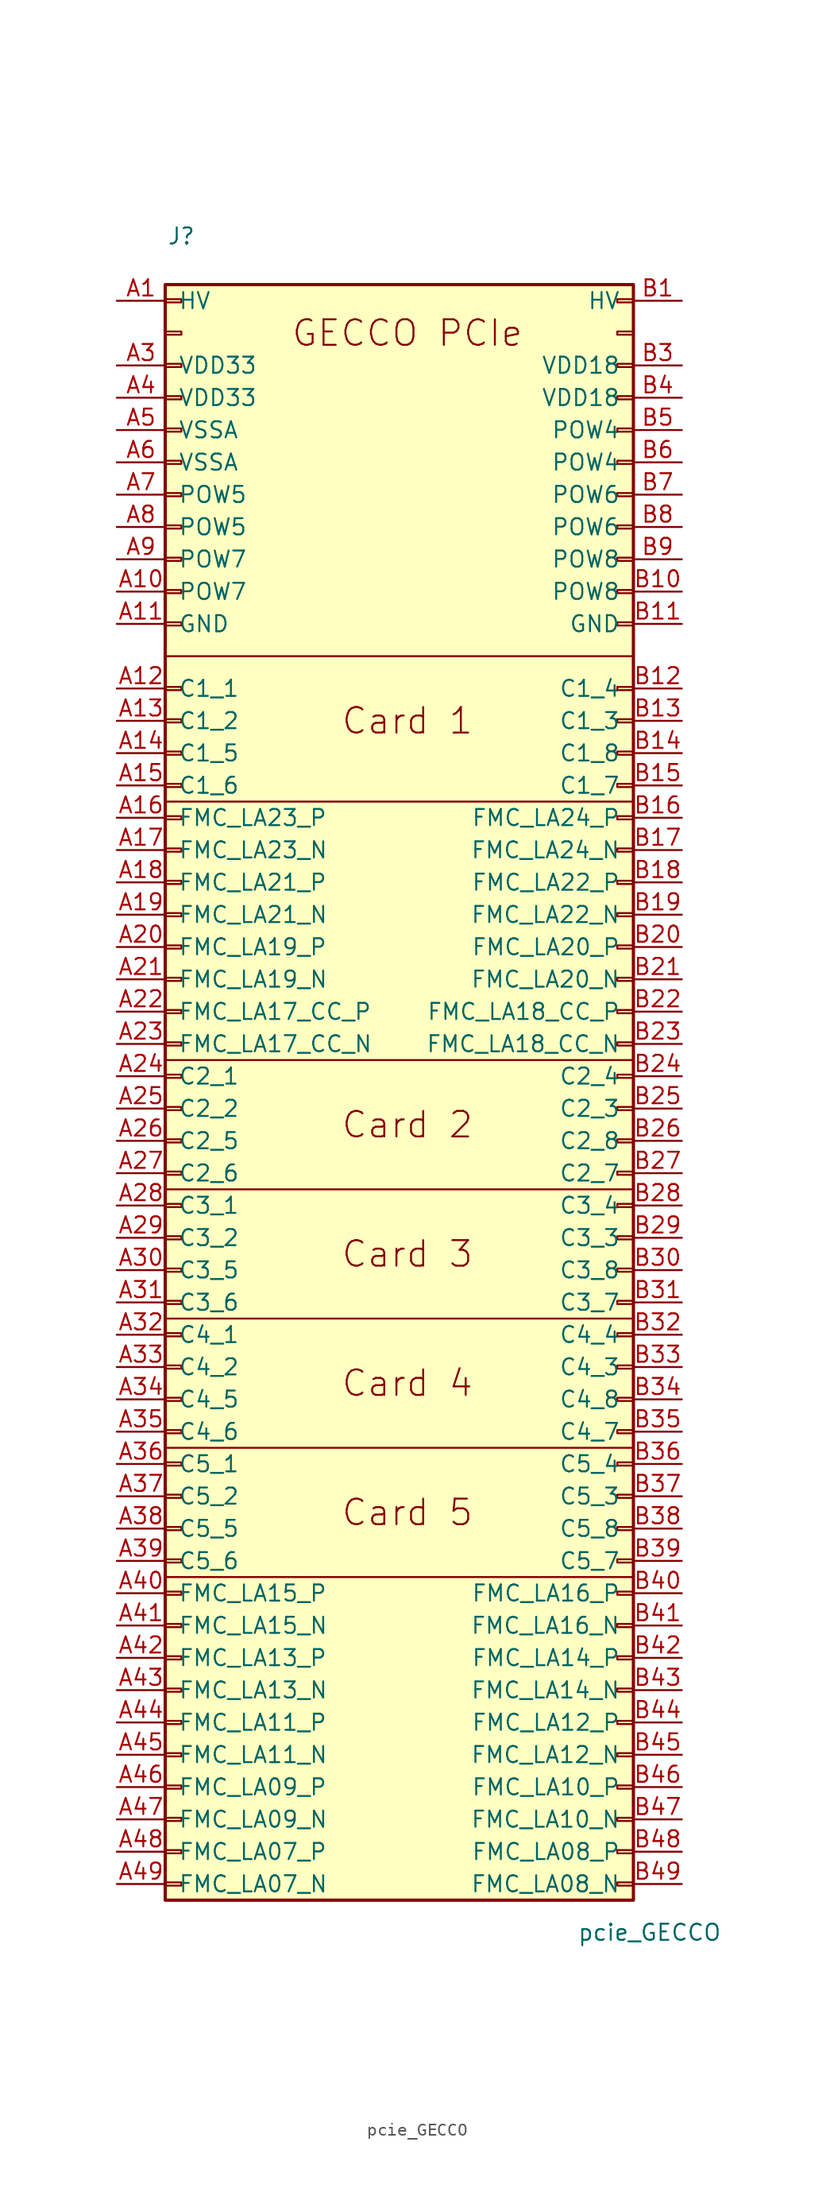
<source format=kicad_sym>
(kicad_symbol_lib
  (version 20220914)
  (generator kicad_symbol_editor)
  (symbol "pcie_GECCO"
    (pin_names
      (offset 1.016))
    (property "Reference" "J"
      (at -17.78 62.23 0)
      (effects (font (size 1.27 1.27))))
    (property "Value" "pcie_GECCO"
      (at 19.05 -71.12 0)
      (effects (font (size 1.27 1.27))))
    (symbol "pcie_GECCO_0_0"
      (text "Card 1" (at 0 24.13 0) (effects (font (size 2.007 2.007)))))
    (symbol "pcie_GECCO_0_1"
      (polyline (pts (xy -19.05 -43.18) (xy 17.78 -43.18)) (stroke (width 0) (type default)) (fill (type none)))
      (polyline (pts (xy -19.05 -33.02) (xy 17.78 -33.02)) (stroke (width 0) (type default)) (fill (type none)))
      (polyline (pts (xy -19.05 -22.86) (xy 17.78 -22.86)) (stroke (width 0) (type default)) (fill (type none)))
      (polyline (pts (xy -19.05 -12.7) (xy 17.78 -12.7)) (stroke (width 0) (type default)) (fill (type none)))
      (polyline (pts (xy -19.05 -2.54) (xy 17.78 -2.54)) (stroke (width 0) (type default)) (fill (type none)))
      (polyline (pts (xy -19.05 17.78) (xy 17.78 17.78)) (stroke (width 0) (type default)) (fill (type none)))
      (polyline (pts (xy -19.05 29.21) (xy 17.78 29.21)) (stroke (width 0) (type default)) (fill (type none))))
    (symbol "pcie_GECCO_1_1"
      (rectangle (start -19.05 -67.183) (end -17.78 -67.437) (stroke (width 0.152) (type default)) (fill (type none)))
      (rectangle (start -19.05 -64.643) (end -17.78 -64.897) (stroke (width 0.152) (type default)) (fill (type none)))
      (rectangle (start -19.05 -62.103) (end -17.78 -62.357) (stroke (width 0.152) (type default)) (fill (type none)))
      (rectangle (start -19.05 -59.563) (end -17.78 -59.817) (stroke (width 0.152) (type default)) (fill (type none)))
      (rectangle (start -19.05 -57.023) (end -17.78 -57.277) (stroke (width 0.152) (type default)) (fill (type none)))
      (rectangle (start -19.05 -54.483) (end -17.78 -54.737) (stroke (width 0.152) (type default)) (fill (type none)))
      (rectangle (start -19.05 -51.943) (end -17.78 -52.197) (stroke (width 0.152) (type default)) (fill (type none)))
      (rectangle (start -19.05 -49.403) (end -17.78 -49.657) (stroke (width 0.152) (type default)) (fill (type none)))
      (rectangle (start -19.05 -46.863) (end -17.78 -47.117) (stroke (width 0.152) (type default)) (fill (type none)))
      (rectangle (start -19.05 -44.323) (end -17.78 -44.577) (stroke (width 0.152) (type default)) (fill (type none)))
      (rectangle (start -19.05 -41.783) (end -17.78 -42.037) (stroke (width 0.152) (type default)) (fill (type none)))
      (rectangle (start -19.05 -39.243) (end -17.78 -39.497) (stroke (width 0.152) (type default)) (fill (type none)))
      (rectangle (start -19.05 -36.703) (end -17.78 -36.957) (stroke (width 0.152) (type default)) (fill (type none)))
      (rectangle (start -19.05 -34.163) (end -17.78 -34.417) (stroke (width 0.152) (type default)) (fill (type none)))
      (rectangle (start -19.05 -31.623) (end -17.78 -31.877) (stroke (width 0.152) (type default)) (fill (type none)))
      (rectangle (start -19.05 -29.083) (end -17.78 -29.337) (stroke (width 0.152) (type default)) (fill (type none)))
      (rectangle (start -19.05 -26.543) (end -17.78 -26.797) (stroke (width 0.152) (type default)) (fill (type none)))
      (rectangle (start -19.05 -24.003) (end -17.78 -24.257) (stroke (width 0.152) (type default)) (fill (type none)))
      (rectangle (start -19.05 -21.463) (end -17.78 -21.717) (stroke (width 0.152) (type default)) (fill (type none)))
      (rectangle (start -19.05 -18.923) (end -17.78 -19.177) (stroke (width 0.152) (type default)) (fill (type none)))
      (rectangle (start -19.05 -16.383) (end -17.78 -16.637) (stroke (width 0.152) (type default)) (fill (type none)))
      (rectangle (start -19.05 -13.843) (end -17.78 -14.097) (stroke (width 0.152) (type default)) (fill (type none)))
      (rectangle (start -19.05 -11.303) (end -17.78 -11.557) (stroke (width 0.152) (type default)) (fill (type none)))
      (rectangle (start -19.05 -8.763) (end -17.78 -9.017) (stroke (width 0.152) (type default)) (fill (type none)))
      (rectangle (start -19.05 -6.223) (end -17.78 -6.477) (stroke (width 0.152) (type default)) (fill (type none)))
      (rectangle (start -19.05 -3.683) (end -17.78 -3.937) (stroke (width 0.152) (type default)) (fill (type none)))
      (rectangle (start -19.05 -1.143) (end -17.78 -1.397) (stroke (width 0.152) (type default)) (fill (type none)))
      (rectangle (start -19.05 1.397) (end -17.78 1.143) (stroke (width 0.152) (type default)) (fill (type none)))
      (rectangle (start -19.05 3.937) (end -17.78 3.683) (stroke (width 0.152) (type default)) (fill (type none)))
      (rectangle (start -19.05 6.477) (end -17.78 6.223) (stroke (width 0.152) (type default)) (fill (type none)))
      (rectangle (start -19.05 9.017) (end -17.78 8.763) (stroke (width 0.152) (type default)) (fill (type none)))
      (rectangle (start -19.05 11.557) (end -17.78 11.303) (stroke (width 0.152) (type default)) (fill (type none)))
      (rectangle (start -19.05 14.097) (end -17.78 13.843) (stroke (width 0.152) (type default)) (fill (type none)))
      (rectangle (start -19.05 16.637) (end -17.78 16.383) (stroke (width 0.152) (type default)) (fill (type none)))
      (rectangle (start -19.05 19.177) (end -17.78 18.923) (stroke (width 0.152) (type default)) (fill (type none)))
      (rectangle (start -19.05 21.717) (end -17.78 21.463) (stroke (width 0.152) (type default)) (fill (type none)))
      (rectangle (start -19.05 24.257) (end -17.78 24.003) (stroke (width 0.152) (type default)) (fill (type none)))
      (rectangle (start -19.05 26.797) (end -17.78 26.543) (stroke (width 0.152) (type default)) (fill (type none)))
      (rectangle (start -19.05 31.877) (end -17.78 31.623) (stroke (width 0.152) (type default)) (fill (type none)))
      (rectangle (start -19.05 34.417) (end -17.78 34.163) (stroke (width 0.152) (type default)) (fill (type none)))
      (rectangle (start -19.05 36.957) (end -17.78 36.703) (stroke (width 0.152) (type default)) (fill (type none)))
      (rectangle (start -19.05 39.497) (end -17.78 39.243) (stroke (width 0.152) (type default)) (fill (type none)))
      (rectangle (start -19.05 42.037) (end -17.78 41.783) (stroke (width 0.152) (type default)) (fill (type none)))
      (rectangle (start -19.05 44.577) (end -17.78 44.323) (stroke (width 0.152) (type default)) (fill (type none)))
      (rectangle (start -19.05 47.117) (end -17.78 46.863) (stroke (width 0.152) (type default)) (fill (type none)))
      (rectangle (start -19.05 49.657) (end -17.78 49.403) (stroke (width 0.152) (type default)) (fill (type none)))
      (rectangle (start -19.05 52.197) (end -17.78 51.943) (stroke (width 0.152) (type default)) (fill (type none)))
      (rectangle (start -19.05 54.737) (end -17.78 54.483) (stroke (width 0.152) (type default)) (fill (type none)))
      (rectangle (start -19.05 57.277) (end -17.78 57.023) (stroke (width 0.152) (type default)) (fill (type none)))
      (rectangle (start -19.05 58.42) (end 17.78 -68.58) (stroke (width 0.254) (type default)) (fill (type background)))
      (rectangle (start 17.78 -67.183) (end 16.51 -67.437) (stroke (width 0.152) (type default)) (fill (type none)))
      (rectangle (start 17.78 -64.643) (end 16.51 -64.897) (stroke (width 0.152) (type default)) (fill (type none)))
      (rectangle (start 17.78 -62.103) (end 16.51 -62.357) (stroke (width 0.152) (type default)) (fill (type none)))
      (rectangle (start 17.78 -59.563) (end 16.51 -59.817) (stroke (width 0.152) (type default)) (fill (type none)))
      (rectangle (start 17.78 -57.023) (end 16.51 -57.277) (stroke (width 0.152) (type default)) (fill (type none)))
      (rectangle (start 17.78 -54.483) (end 16.51 -54.737) (stroke (width 0.152) (type default)) (fill (type none)))
      (rectangle (start 17.78 -51.943) (end 16.51 -52.197) (stroke (width 0.152) (type default)) (fill (type none)))
      (rectangle (start 17.78 -49.403) (end 16.51 -49.657) (stroke (width 0.152) (type default)) (fill (type none)))
      (rectangle (start 17.78 -46.863) (end 16.51 -47.117) (stroke (width 0.152) (type default)) (fill (type none)))
      (rectangle (start 17.78 -44.323) (end 16.51 -44.577) (stroke (width 0.152) (type default)) (fill (type none)))
      (rectangle (start 17.78 -41.783) (end 16.51 -42.037) (stroke (width 0.152) (type default)) (fill (type none)))
      (rectangle (start 17.78 -39.243) (end 16.51 -39.497) (stroke (width 0.152) (type default)) (fill (type none)))
      (rectangle (start 17.78 -36.703) (end 16.51 -36.957) (stroke (width 0.152) (type default)) (fill (type none)))
      (rectangle (start 17.78 -34.163) (end 16.51 -34.417) (stroke (width 0.152) (type default)) (fill (type none)))
      (rectangle (start 17.78 -31.623) (end 16.51 -31.877) (stroke (width 0.152) (type default)) (fill (type none)))
      (rectangle (start 17.78 -29.083) (end 16.51 -29.337) (stroke (width 0.152) (type default)) (fill (type none)))
      (rectangle (start 17.78 -26.543) (end 16.51 -26.797) (stroke (width 0.152) (type default)) (fill (type none)))
      (rectangle (start 17.78 -24.003) (end 16.51 -24.257) (stroke (width 0.152) (type default)) (fill (type none)))
      (rectangle (start 17.78 -21.463) (end 16.51 -21.717) (stroke (width 0.152) (type default)) (fill (type none)))
      (rectangle (start 17.78 -18.923) (end 16.51 -19.177) (stroke (width 0.152) (type default)) (fill (type none)))
      (rectangle (start 17.78 -16.383) (end 16.51 -16.637) (stroke (width 0.152) (type default)) (fill (type none)))
      (rectangle (start 17.78 -13.843) (end 16.51 -14.097) (stroke (width 0.152) (type default)) (fill (type none)))
      (rectangle (start 17.78 -11.303) (end 16.51 -11.557) (stroke (width 0.152) (type default)) (fill (type none)))
      (rectangle (start 17.78 -8.763) (end 16.51 -9.017) (stroke (width 0.152) (type default)) (fill (type none)))
      (rectangle (start 17.78 -6.223) (end 16.51 -6.477) (stroke (width 0.152) (type default)) (fill (type none)))
      (rectangle (start 17.78 -3.683) (end 16.51 -3.937) (stroke (width 0.152) (type default)) (fill (type none)))
      (rectangle (start 17.78 -1.143) (end 16.51 -1.397) (stroke (width 0.152) (type default)) (fill (type none)))
      (rectangle (start 17.78 1.397) (end 16.51 1.143) (stroke (width 0.152) (type default)) (fill (type none)))
      (rectangle (start 17.78 3.937) (end 16.51 3.683) (stroke (width 0.152) (type default)) (fill (type none)))
      (rectangle (start 17.78 6.477) (end 16.51 6.223) (stroke (width 0.152) (type default)) (fill (type none)))
      (rectangle (start 17.78 9.017) (end 16.51 8.763) (stroke (width 0.152) (type default)) (fill (type none)))
      (rectangle (start 17.78 11.557) (end 16.51 11.303) (stroke (width 0.152) (type default)) (fill (type none)))
      (rectangle (start 17.78 14.097) (end 16.51 13.843) (stroke (width 0.152) (type default)) (fill (type none)))
      (rectangle (start 17.78 16.637) (end 16.51 16.383) (stroke (width 0.152) (type default)) (fill (type none)))
      (rectangle (start 17.78 19.177) (end 16.51 18.923) (stroke (width 0.152) (type default)) (fill (type none)))
      (rectangle (start 17.78 21.717) (end 16.51 21.463) (stroke (width 0.152) (type default)) (fill (type none)))
      (rectangle (start 17.78 24.257) (end 16.51 24.003) (stroke (width 0.152) (type default)) (fill (type none)))
      (rectangle (start 17.78 26.797) (end 16.51 26.543) (stroke (width 0.152) (type default)) (fill (type none)))
      (rectangle (start 17.78 31.877) (end 16.51 31.623) (stroke (width 0.152) (type default)) (fill (type none)))
      (rectangle (start 17.78 34.417) (end 16.51 34.163) (stroke (width 0.152) (type default)) (fill (type none)))
      (rectangle (start 17.78 36.957) (end 16.51 36.703) (stroke (width 0.152) (type default)) (fill (type none)))
      (rectangle (start 17.78 39.497) (end 16.51 39.243) (stroke (width 0.152) (type default)) (fill (type none)))
      (rectangle (start 17.78 42.037) (end 16.51 41.783) (stroke (width 0.152) (type default)) (fill (type none)))
      (rectangle (start 17.78 44.577) (end 16.51 44.323) (stroke (width 0.152) (type default)) (fill (type none)))
      (rectangle (start 17.78 47.117) (end 16.51 46.863) (stroke (width 0.152) (type default)) (fill (type none)))
      (rectangle (start 17.78 49.657) (end 16.51 49.403) (stroke (width 0.152) (type default)) (fill (type none)))
      (rectangle (start 17.78 52.197) (end 16.51 51.943) (stroke (width 0.152) (type default)) (fill (type none)))
      (rectangle (start 17.78 54.737) (end 16.51 54.483) (stroke (width 0.152) (type default)) (fill (type none)))
      (rectangle (start 17.78 57.277) (end 16.51 57.023) (stroke (width 0.152) (type default)) (fill (type none)))
      (text "Card 2" (at 0 -7.62 0) (effects (font (size 2.007 2.007))))
      (text "Card 3" (at 0 -17.78 0) (effects (font (size 2.007 2.007))))
      (text "Card 4" (at 0 -27.94 0) (effects (font (size 2.007 2.007))))
      (text "Card 5" (at 0 -38.1 0) (effects (font (size 2.007 2.007))))
      (text "GECCO PCIe" (at 0 54.61 0) (effects (font (size 2.007 2.007))))
      (pin passive line (at -22.86 57.15 0) (length 3.81) (name "HV" (effects (font (size 1.27 1.27)))) (number "A1" (effects (font (size 1.27 1.27)))))
      (pin passive line (at -22.86 34.29 0) (length 3.81) (name "POW7" (effects (font (size 1.27 1.27)))) (number "A10" (effects (font (size 1.27 1.27)))))
      (pin passive line (at -22.86 31.75 0) (length 3.81) (name "GND" (effects (font (size 1.27 1.27)))) (number "A11" (effects (font (size 1.27 1.27)))))
      (pin passive line (at -22.86 26.67 0) (length 3.81) (name "C1_1" (effects (font (size 1.27 1.27)))) (number "A12" (effects (font (size 1.27 1.27)))))
      (pin passive line (at -22.86 24.13 0) (length 3.81) (name "C1_2" (effects (font (size 1.27 1.27)))) (number "A13" (effects (font (size 1.27 1.27)))))
      (pin passive line (at -22.86 21.59 0) (length 3.81) (name "C1_5" (effects (font (size 1.27 1.27)))) (number "A14" (effects (font (size 1.27 1.27)))))
      (pin passive line (at -22.86 19.05 0) (length 3.81) (name "C1_6" (effects (font (size 1.27 1.27)))) (number "A15" (effects (font (size 1.27 1.27)))))
      (pin passive line (at -22.86 16.51 0) (length 3.81) (name "FMC_LA23_P" (effects (font (size 1.27 1.27)))) (number "A16" (effects (font (size 1.27 1.27)))))
      (pin passive line (at -22.86 13.97 0) (length 3.81) (name "FMC_LA23_N" (effects (font (size 1.27 1.27)))) (number "A17" (effects (font (size 1.27 1.27)))))
      (pin passive line (at -22.86 11.43 0) (length 3.81) (name "FMC_LA21_P" (effects (font (size 1.27 1.27)))) (number "A18" (effects (font (size 1.27 1.27)))))
      (pin passive line (at -22.86 8.89 0) (length 3.81) (name "FMC_LA21_N" (effects (font (size 1.27 1.27)))) (number "A19" (effects (font (size 1.27 1.27)))))
      (pin passive line (at -22.86 6.35 0) (length 3.81) (name "FMC_LA19_P" (effects (font (size 1.27 1.27)))) (number "A20" (effects (font (size 1.27 1.27)))))
      (pin passive line (at -22.86 3.81 0) (length 3.81) (name "FMC_LA19_N" (effects (font (size 1.27 1.27)))) (number "A21" (effects (font (size 1.27 1.27)))))
      (pin passive line (at -22.86 1.27 0) (length 3.81) (name "FMC_LA17_CC_P" (effects (font (size 1.27 1.27)))) (number "A22" (effects (font (size 1.27 1.27)))))
      (pin passive line (at -22.86 -1.27 0) (length 3.81) (name "FMC_LA17_CC_N" (effects (font (size 1.27 1.27)))) (number "A23" (effects (font (size 1.27 1.27)))))
      (pin passive line (at -22.86 -3.81 0) (length 3.81) (name "C2_1" (effects (font (size 1.27 1.27)))) (number "A24" (effects (font (size 1.27 1.27)))))
      (pin passive line (at -22.86 -6.35 0) (length 3.81) (name "C2_2" (effects (font (size 1.27 1.27)))) (number "A25" (effects (font (size 1.27 1.27)))))
      (pin passive line (at -22.86 -8.89 0) (length 3.81) (name "C2_5" (effects (font (size 1.27 1.27)))) (number "A26" (effects (font (size 1.27 1.27)))))
      (pin passive line (at -22.86 -11.43 0) (length 3.81) (name "C2_6" (effects (font (size 1.27 1.27)))) (number "A27" (effects (font (size 1.27 1.27)))))
      (pin passive line (at -22.86 -13.97 0) (length 3.81) (name "C3_1" (effects (font (size 1.27 1.27)))) (number "A28" (effects (font (size 1.27 1.27)))))
      (pin passive line (at -22.86 -16.51 0) (length 3.81) (name "C3_2" (effects (font (size 1.27 1.27)))) (number "A29" (effects (font (size 1.27 1.27)))))
      (pin passive line (at -22.86 52.07 0) (length 3.81) (name "VDD33" (effects (font (size 1.27 1.27)))) (number "A3" (effects (font (size 1.27 1.27)))))
      (pin passive line (at -22.86 -19.05 0) (length 3.81) (name "C3_5" (effects (font (size 1.27 1.27)))) (number "A30" (effects (font (size 1.27 1.27)))))
      (pin passive line (at -22.86 -21.59 0) (length 3.81) (name "C3_6" (effects (font (size 1.27 1.27)))) (number "A31" (effects (font (size 1.27 1.27)))))
      (pin passive line (at -22.86 -24.13 0) (length 3.81) (name "C4_1" (effects (font (size 1.27 1.27)))) (number "A32" (effects (font (size 1.27 1.27)))))
      (pin passive line (at -22.86 -26.67 0) (length 3.81) (name "C4_2" (effects (font (size 1.27 1.27)))) (number "A33" (effects (font (size 1.27 1.27)))))
      (pin passive line (at -22.86 -29.21 0) (length 3.81) (name "C4_5" (effects (font (size 1.27 1.27)))) (number "A34" (effects (font (size 1.27 1.27)))))
      (pin passive line (at -22.86 -31.75 0) (length 3.81) (name "C4_6" (effects (font (size 1.27 1.27)))) (number "A35" (effects (font (size 1.27 1.27)))))
      (pin passive line (at -22.86 -34.29 0) (length 3.81) (name "C5_1" (effects (font (size 1.27 1.27)))) (number "A36" (effects (font (size 1.27 1.27)))))
      (pin passive line (at -22.86 -36.83 0) (length 3.81) (name "C5_2" (effects (font (size 1.27 1.27)))) (number "A37" (effects (font (size 1.27 1.27)))))
      (pin passive line (at -22.86 -39.37 0) (length 3.81) (name "C5_5" (effects (font (size 1.27 1.27)))) (number "A38" (effects (font (size 1.27 1.27)))))
      (pin passive line (at -22.86 -41.91 0) (length 3.81) (name "C5_6" (effects (font (size 1.27 1.27)))) (number "A39" (effects (font (size 1.27 1.27)))))
      (pin passive line (at -22.86 49.53 0) (length 3.81) (name "VDD33" (effects (font (size 1.27 1.27)))) (number "A4" (effects (font (size 1.27 1.27)))))
      (pin passive line (at -22.86 -44.45 0) (length 3.81) (name "FMC_LA15_P" (effects (font (size 1.27 1.27)))) (number "A40" (effects (font (size 1.27 1.27)))))
      (pin passive line (at -22.86 -46.99 0) (length 3.81) (name "FMC_LA15_N" (effects (font (size 1.27 1.27)))) (number "A41" (effects (font (size 1.27 1.27)))))
      (pin passive line (at -22.86 -49.53 0) (length 3.81) (name "FMC_LA13_P" (effects (font (size 1.27 1.27)))) (number "A42" (effects (font (size 1.27 1.27)))))
      (pin passive line (at -22.86 -52.07 0) (length 3.81) (name "FMC_LA13_N" (effects (font (size 1.27 1.27)))) (number "A43" (effects (font (size 1.27 1.27)))))
      (pin passive line (at -22.86 -54.61 0) (length 3.81) (name "FMC_LA11_P" (effects (font (size 1.27 1.27)))) (number "A44" (effects (font (size 1.27 1.27)))))
      (pin passive line (at -22.86 -57.15 0) (length 3.81) (name "FMC_LA11_N" (effects (font (size 1.27 1.27)))) (number "A45" (effects (font (size 1.27 1.27)))))
      (pin passive line (at -22.86 -59.69 0) (length 3.81) (name "FMC_LA09_P" (effects (font (size 1.27 1.27)))) (number "A46" (effects (font (size 1.27 1.27)))))
      (pin passive line (at -22.86 -62.23 0) (length 3.81) (name "FMC_LA09_N" (effects (font (size 1.27 1.27)))) (number "A47" (effects (font (size 1.27 1.27)))))
      (pin passive line (at -22.86 -64.77 0) (length 3.81) (name "FMC_LA07_P" (effects (font (size 1.27 1.27)))) (number "A48" (effects (font (size 1.27 1.27)))))
      (pin passive line (at -22.86 -67.31 0) (length 3.81) (name "FMC_LA07_N" (effects (font (size 1.27 1.27)))) (number "A49" (effects (font (size 1.27 1.27)))))
      (pin passive line (at -22.86 46.99 0) (length 3.81) (name "VSSA" (effects (font (size 1.27 1.27)))) (number "A5" (effects (font (size 1.27 1.27)))))
      (pin passive line (at -22.86 44.45 0) (length 3.81) (name "VSSA" (effects (font (size 1.27 1.27)))) (number "A6" (effects (font (size 1.27 1.27)))))
      (pin passive line (at -22.86 41.91 0) (length 3.81) (name "POW5" (effects (font (size 1.27 1.27)))) (number "A7" (effects (font (size 1.27 1.27)))))
      (pin passive line (at -22.86 39.37 0) (length 3.81) (name "POW5" (effects (font (size 1.27 1.27)))) (number "A8" (effects (font (size 1.27 1.27)))))
      (pin passive line (at -22.86 36.83 0) (length 3.81) (name "POW7" (effects (font (size 1.27 1.27)))) (number "A9" (effects (font (size 1.27 1.27)))))
      (pin passive line (at 21.59 57.15 180) (length 3.81) (name "HV" (effects (font (size 1.27 1.27)))) (number "B1" (effects (font (size 1.27 1.27)))))
      (pin passive line (at 21.59 34.29 180) (length 3.81) (name "POW8" (effects (font (size 1.27 1.27)))) (number "B10" (effects (font (size 1.27 1.27)))))
      (pin passive line (at 21.59 31.75 180) (length 3.81) (name "GND" (effects (font (size 1.27 1.27)))) (number "B11" (effects (font (size 1.27 1.27)))))
      (pin passive line (at 21.59 26.67 180) (length 3.81) (name "C1_4" (effects (font (size 1.27 1.27)))) (number "B12" (effects (font (size 1.27 1.27)))))
      (pin passive line (at 21.59 24.13 180) (length 3.81) (name "C1_3" (effects (font (size 1.27 1.27)))) (number "B13" (effects (font (size 1.27 1.27)))))
      (pin passive line (at 21.59 21.59 180) (length 3.81) (name "C1_8" (effects (font (size 1.27 1.27)))) (number "B14" (effects (font (size 1.27 1.27)))))
      (pin passive line (at 21.59 19.05 180) (length 3.81) (name "C1_7" (effects (font (size 1.27 1.27)))) (number "B15" (effects (font (size 1.27 1.27)))))
      (pin passive line (at 21.59 16.51 180) (length 3.81) (name "FMC_LA24_P" (effects (font (size 1.27 1.27)))) (number "B16" (effects (font (size 1.27 1.27)))))
      (pin passive line (at 21.59 13.97 180) (length 3.81) (name "FMC_LA24_N" (effects (font (size 1.27 1.27)))) (number "B17" (effects (font (size 1.27 1.27)))))
      (pin passive line (at 21.59 11.43 180) (length 3.81) (name "FMC_LA22_P" (effects (font (size 1.27 1.27)))) (number "B18" (effects (font (size 1.27 1.27)))))
      (pin passive line (at 21.59 8.89 180) (length 3.81) (name "FMC_LA22_N" (effects (font (size 1.27 1.27)))) (number "B19" (effects (font (size 1.27 1.27)))))
      (pin passive line (at 21.59 6.35 180) (length 3.81) (name "FMC_LA20_P" (effects (font (size 1.27 1.27)))) (number "B20" (effects (font (size 1.27 1.27)))))
      (pin passive line (at 21.59 3.81 180) (length 3.81) (name "FMC_LA20_N" (effects (font (size 1.27 1.27)))) (number "B21" (effects (font (size 1.27 1.27)))))
      (pin passive line (at 21.59 1.27 180) (length 3.81) (name "FMC_LA18_CC_P" (effects (font (size 1.27 1.27)))) (number "B22" (effects (font (size 1.27 1.27)))))
      (pin passive line (at 21.59 -1.27 180) (length 3.81) (name "FMC_LA18_CC_N" (effects (font (size 1.27 1.27)))) (number "B23" (effects (font (size 1.27 1.27)))))
      (pin passive line (at 21.59 -3.81 180) (length 3.81) (name "C2_4" (effects (font (size 1.27 1.27)))) (number "B24" (effects (font (size 1.27 1.27)))))
      (pin passive line (at 21.59 -6.35 180) (length 3.81) (name "C2_3" (effects (font (size 1.27 1.27)))) (number "B25" (effects (font (size 1.27 1.27)))))
      (pin passive line (at 21.59 -8.89 180) (length 3.81) (name "C2_8" (effects (font (size 1.27 1.27)))) (number "B26" (effects (font (size 1.27 1.27)))))
      (pin passive line (at 21.59 -11.43 180) (length 3.81) (name "C2_7" (effects (font (size 1.27 1.27)))) (number "B27" (effects (font (size 1.27 1.27)))))
      (pin passive line (at 21.59 -13.97 180) (length 3.81) (name "C3_4" (effects (font (size 1.27 1.27)))) (number "B28" (effects (font (size 1.27 1.27)))))
      (pin passive line (at 21.59 -16.51 180) (length 3.81) (name "C3_3" (effects (font (size 1.27 1.27)))) (number "B29" (effects (font (size 1.27 1.27)))))
      (pin passive line (at 21.59 52.07 180) (length 3.81) (name "VDD18" (effects (font (size 1.27 1.27)))) (number "B3" (effects (font (size 1.27 1.27)))))
      (pin passive line (at 21.59 -19.05 180) (length 3.81) (name "C3_8" (effects (font (size 1.27 1.27)))) (number "B30" (effects (font (size 1.27 1.27)))))
      (pin passive line (at 21.59 -21.59 180) (length 3.81) (name "C3_7" (effects (font (size 1.27 1.27)))) (number "B31" (effects (font (size 1.27 1.27)))))
      (pin passive line (at 21.59 -24.13 180) (length 3.81) (name "C4_4" (effects (font (size 1.27 1.27)))) (number "B32" (effects (font (size 1.27 1.27)))))
      (pin passive line (at 21.59 -26.67 180) (length 3.81) (name "C4_3" (effects (font (size 1.27 1.27)))) (number "B33" (effects (font (size 1.27 1.27)))))
      (pin passive line (at 21.59 -29.21 180) (length 3.81) (name "C4_8" (effects (font (size 1.27 1.27)))) (number "B34" (effects (font (size 1.27 1.27)))))
      (pin passive line (at 21.59 -31.75 180) (length 3.81) (name "C4_7" (effects (font (size 1.27 1.27)))) (number "B35" (effects (font (size 1.27 1.27)))))
      (pin passive line (at 21.59 -34.29 180) (length 3.81) (name "C5_4" (effects (font (size 1.27 1.27)))) (number "B36" (effects (font (size 1.27 1.27)))))
      (pin passive line (at 21.59 -36.83 180) (length 3.81) (name "C5_3" (effects (font (size 1.27 1.27)))) (number "B37" (effects (font (size 1.27 1.27)))))
      (pin passive line (at 21.59 -39.37 180) (length 3.81) (name "C5_8" (effects (font (size 1.27 1.27)))) (number "B38" (effects (font (size 1.27 1.27)))))
      (pin passive line (at 21.59 -41.91 180) (length 3.81) (name "C5_7" (effects (font (size 1.27 1.27)))) (number "B39" (effects (font (size 1.27 1.27)))))
      (pin passive line (at 21.59 49.53 180) (length 3.81) (name "VDD18" (effects (font (size 1.27 1.27)))) (number "B4" (effects (font (size 1.27 1.27)))))
      (pin passive line (at 21.59 -44.45 180) (length 3.81) (name "FMC_LA16_P" (effects (font (size 1.27 1.27)))) (number "B40" (effects (font (size 1.27 1.27)))))
      (pin passive line (at 21.59 -46.99 180) (length 3.81) (name "FMC_LA16_N" (effects (font (size 1.27 1.27)))) (number "B41" (effects (font (size 1.27 1.27)))))
      (pin passive line (at 21.59 -49.53 180) (length 3.81) (name "FMC_LA14_P" (effects (font (size 1.27 1.27)))) (number "B42" (effects (font (size 1.27 1.27)))))
      (pin passive line (at 21.59 -52.07 180) (length 3.81) (name "FMC_LA14_N" (effects (font (size 1.27 1.27)))) (number "B43" (effects (font (size 1.27 1.27)))))
      (pin passive line (at 21.59 -54.61 180) (length 3.81) (name "FMC_LA12_P" (effects (font (size 1.27 1.27)))) (number "B44" (effects (font (size 1.27 1.27)))))
      (pin passive line (at 21.59 -57.15 180) (length 3.81) (name "FMC_LA12_N" (effects (font (size 1.27 1.27)))) (number "B45" (effects (font (size 1.27 1.27)))))
      (pin passive line (at 21.59 -59.69 180) (length 3.81) (name "FMC_LA10_P" (effects (font (size 1.27 1.27)))) (number "B46" (effects (font (size 1.27 1.27)))))
      (pin passive line (at 21.59 -62.23 180) (length 3.81) (name "FMC_LA10_N" (effects (font (size 1.27 1.27)))) (number "B47" (effects (font (size 1.27 1.27)))))
      (pin passive line (at 21.59 -64.77 180) (length 3.81) (name "FMC_LA08_P" (effects (font (size 1.27 1.27)))) (number "B48" (effects (font (size 1.27 1.27)))))
      (pin passive line (at 21.59 -67.31 180) (length 3.81) (name "FMC_LA08_N" (effects (font (size 1.27 1.27)))) (number "B49" (effects (font (size 1.27 1.27)))))
      (pin passive line (at 21.59 46.99 180) (length 3.81) (name "POW4" (effects (font (size 1.27 1.27)))) (number "B5" (effects (font (size 1.27 1.27)))))
      (pin passive line (at 21.59 44.45 180) (length 3.81) (name "POW4" (effects (font (size 1.27 1.27)))) (number "B6" (effects (font (size 1.27 1.27)))))
      (pin passive line (at 21.59 41.91 180) (length 3.81) (name "POW6" (effects (font (size 1.27 1.27)))) (number "B7" (effects (font (size 1.27 1.27)))))
      (pin passive line (at 21.59 39.37 180) (length 3.81) (name "POW6" (effects (font (size 1.27 1.27)))) (number "B8" (effects (font (size 1.27 1.27)))))
      (pin passive line (at 21.59 36.83 180) (length 3.81) (name "POW8" (effects (font (size 1.27 1.27)))) (number "B9" (effects (font (size 1.27 1.27))))))))
</source>
